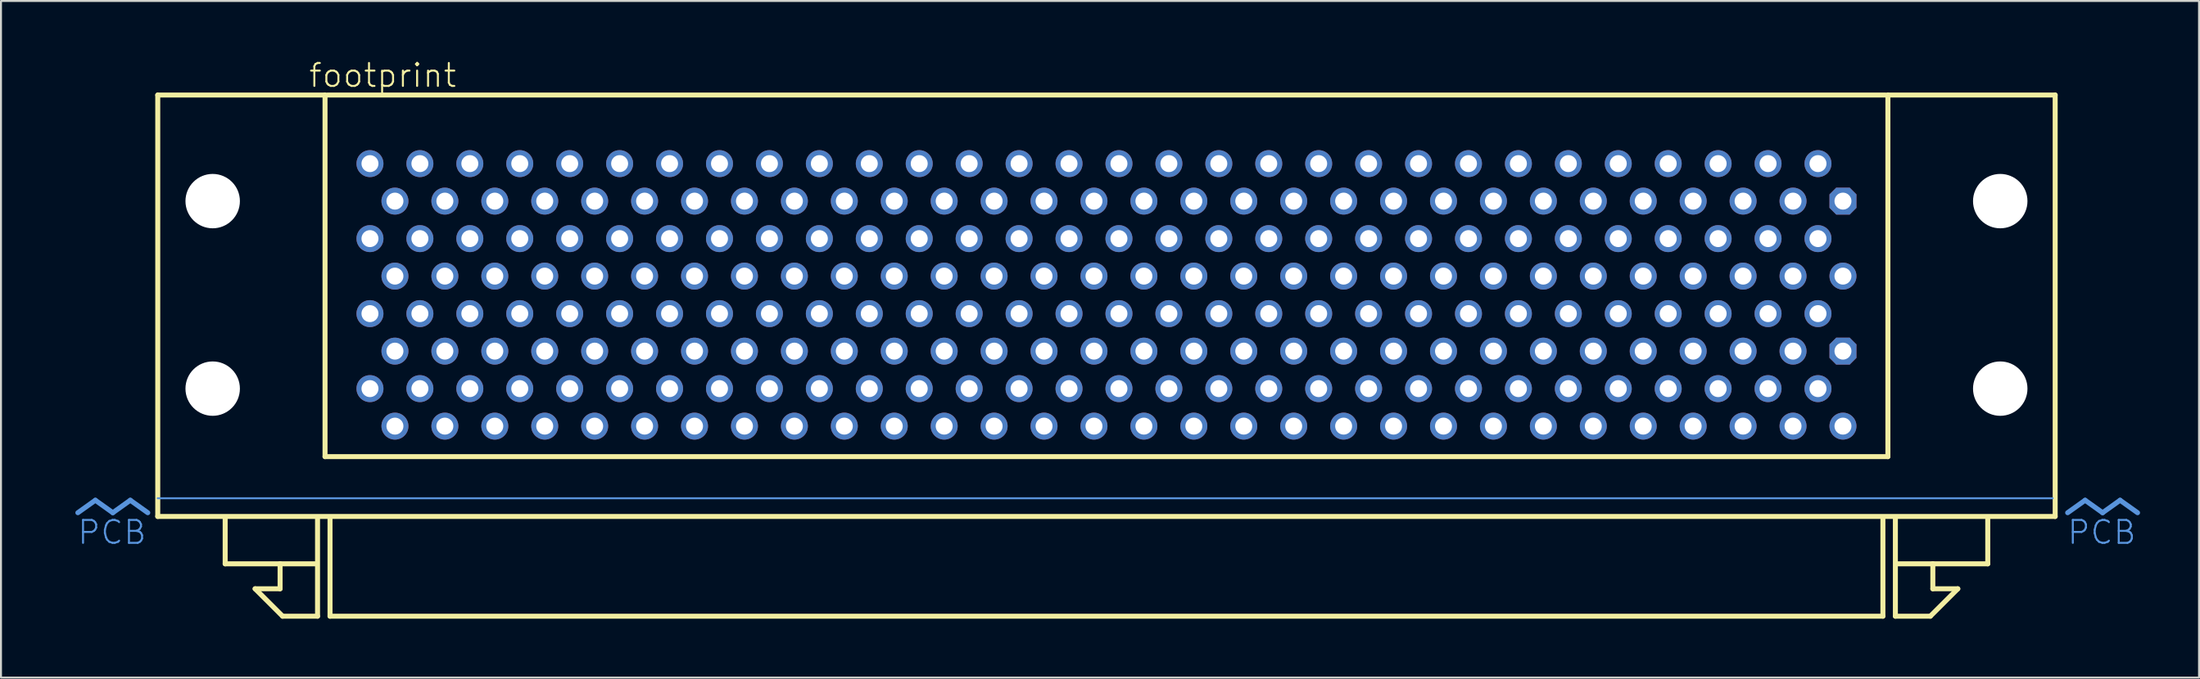
<source format=kicad_pcb>
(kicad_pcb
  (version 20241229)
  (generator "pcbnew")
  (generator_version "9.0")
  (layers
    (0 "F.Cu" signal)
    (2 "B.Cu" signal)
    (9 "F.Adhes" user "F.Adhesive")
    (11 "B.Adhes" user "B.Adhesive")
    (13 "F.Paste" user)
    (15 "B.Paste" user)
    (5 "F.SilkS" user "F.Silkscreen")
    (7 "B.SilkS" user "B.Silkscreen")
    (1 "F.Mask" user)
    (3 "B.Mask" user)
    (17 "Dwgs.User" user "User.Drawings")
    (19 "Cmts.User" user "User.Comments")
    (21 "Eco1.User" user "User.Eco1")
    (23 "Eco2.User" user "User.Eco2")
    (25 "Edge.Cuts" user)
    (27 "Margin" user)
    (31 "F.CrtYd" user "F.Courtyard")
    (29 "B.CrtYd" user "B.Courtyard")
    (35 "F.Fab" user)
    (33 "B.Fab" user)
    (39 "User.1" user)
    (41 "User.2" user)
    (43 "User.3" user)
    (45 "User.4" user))
  (footprint "footprint"
    (layer "F.Cu")
    (at 53.235 21.793)
    (property "Reference" "footprint" (at -40.64 -20.32 0) (layer "F.SilkS") (effects (font (size 1.168 1.168) (thickness 0.102)) (justify left bottom)))
    (fp_line (start -48.26 -20.003) (end -39.751 -20.003) (stroke (width 0.254) (type solid)) (layer "F.SilkS"))
    (fp_line (start -48.26 1.46) (end -48.26 -20.003) (stroke (width 0.254) (type solid)) (layer "F.SilkS"))
    (fp_line (start -44.831 3.873) (end -44.831 1.587) (stroke (width 0.254) (type solid)) (layer "F.SilkS"))
    (fp_line (start -43.307 5.144) (end -42.037 5.144) (stroke (width 0.254) (type solid)) (layer "F.SilkS"))
    (fp_line (start -42.037 3.873) (end -44.831 3.873) (stroke (width 0.254) (type solid)) (layer "F.SilkS"))
    (fp_line (start -42.037 3.873) (end -40.259 3.873) (stroke (width 0.254) (type solid)) (layer "F.SilkS"))
    (fp_line (start -42.037 5.144) (end -42.037 3.873) (stroke (width 0.254) (type solid)) (layer "F.SilkS"))
    (fp_line (start -41.91 6.54) (end -43.307 5.144) (stroke (width 0.254) (type solid)) (layer "F.SilkS"))
    (fp_line (start -40.132 1.587) (end -40.132 6.54) (stroke (width 0.254) (type solid)) (layer "F.SilkS"))
    (fp_line (start -40.132 6.54) (end -41.91 6.54) (stroke (width 0.254) (type solid)) (layer "F.SilkS"))
    (fp_line (start -39.751 -20.003) (end -39.751 -1.587) (stroke (width 0.254) (type solid)) (layer "F.SilkS"))
    (fp_line (start -39.751 -1.587) (end 39.751 -1.587) (stroke (width 0.254) (type solid)) (layer "F.SilkS"))
    (fp_line (start -39.624 -20.003) (end 39.624 -20.003) (stroke (width 0.254) (type solid)) (layer "F.SilkS"))
    (fp_line (start -39.497 6.54) (end -39.497 1.587) (stroke (width 0.254) (type solid)) (layer "F.SilkS"))
    (fp_line (start 39.497 1.587) (end 39.497 6.54) (stroke (width 0.254) (type solid)) (layer "F.SilkS"))
    (fp_line (start 39.497 6.54) (end -39.497 6.54) (stroke (width 0.254) (type solid)) (layer "F.SilkS"))
    (fp_line (start 39.751 -20.003) (end 48.26 -20.003) (stroke (width 0.254) (type solid)) (layer "F.SilkS"))
    (fp_line (start 39.751 -1.587) (end 39.751 -20.003) (stroke (width 0.254) (type solid)) (layer "F.SilkS"))
    (fp_line (start 40.132 1.587) (end 40.132 6.54) (stroke (width 0.254) (type solid)) (layer "F.SilkS"))
    (fp_line (start 40.132 6.54) (end 41.91 6.54) (stroke (width 0.254) (type solid)) (layer "F.SilkS"))
    (fp_line (start 41.91 6.54) (end 43.307 5.144) (stroke (width 0.254) (type solid)) (layer "F.SilkS"))
    (fp_line (start 42.037 3.873) (end 40.259 3.873) (stroke (width 0.254) (type solid)) (layer "F.SilkS"))
    (fp_line (start 42.037 3.873) (end 44.831 3.873) (stroke (width 0.254) (type solid)) (layer "F.SilkS"))
    (fp_line (start 42.037 5.144) (end 42.037 3.873) (stroke (width 0.254) (type solid)) (layer "F.SilkS"))
    (fp_line (start 43.307 5.144) (end 42.037 5.144) (stroke (width 0.254) (type solid)) (layer "F.SilkS"))
    (fp_line (start 44.831 3.873) (end 44.831 1.587) (stroke (width 0.254) (type solid)) (layer "F.SilkS"))
    (fp_line (start 48.26 -20.003) (end 48.26 1.46) (stroke (width 0.254) (type solid)) (layer "F.SilkS"))
    (fp_line (start 48.26 1.46) (end -48.26 1.46) (stroke (width 0.254) (type solid)) (layer "F.SilkS"))
    (fp_line (start -51.435 0.635) (end -52.324 1.27) (stroke (width 0.254) (type solid)) (layer "Cmts.User"))
    (fp_line (start -51.435 0.635) (end -50.546 1.27) (stroke (width 0.254) (type solid)) (layer "Cmts.User"))
    (fp_line (start -49.657 0.635) (end -50.546 1.27) (stroke (width 0.254) (type solid)) (layer "Cmts.User"))
    (fp_line (start -49.657 0.635) (end -48.768 1.27) (stroke (width 0.254) (type solid)) (layer "Cmts.User"))
    (fp_line (start -48.26 0.533) (end 48.133 0.533) (stroke (width 0.1) (type solid)) (layer "Cmts.User"))
    (fp_line (start 49.784 0.635) (end 48.895 1.27) (stroke (width 0.254) (type solid)) (layer "Cmts.User"))
    (fp_line (start 49.784 0.635) (end 50.673 1.27) (stroke (width 0.254) (type solid)) (layer "Cmts.User"))
    (fp_line (start 51.562 0.635) (end 50.673 1.27) (stroke (width 0.254) (type solid)) (layer "Cmts.User"))
    (fp_line (start 51.562 0.635) (end 52.451 1.27) (stroke (width 0.254) (type solid)) (layer "Cmts.User"))
    (fp_text user "PCB" (at 52.451 1.587 0) (layer "Cmts.User") (effects (font (size 1.168 1.168) (thickness 0.102)) (justify right top)))
    (fp_text user " PCB" (at -48.768 1.587 0) (layer "Cmts.User") (effects (font (size 1.168 1.168) (thickness 0.102)) (justify right top)))
    (pad "" np_thru_hole circle (at -45.466 -14.6) (size 2.769 2.769) (drill 2.769) (layers "*.Cu" "*.Mask"))
    (pad "" np_thru_hole circle (at -45.466 -5.05) (size 2.769 2.769) (drill 2.769) (layers "*.Cu" "*.Mask"))
    (pad "" np_thru_hole circle (at 45.466 -14.6) (size 2.769 2.769) (drill 2.769) (layers "*.Cu" "*.Mask"))
    (pad "" np_thru_hole circle (at 45.466 -5.05) (size 2.769 2.769) (drill 2.769) (layers "*.Cu" "*.Mask"))
    (pad "1-1" thru_hole roundrect (at 37.465 -6.96) (size 1.372 1.372) (drill 0.864) (layers "*.Cu" "*.Mask") (roundrect_rratio 0.25) (chamfer_ratio 0.25) (chamfer top_left top_right bottom_left bottom_right))
    (pad "1-2" thru_hole circle (at 36.195 -8.87) (size 1.372 1.372) (drill 0.864) (layers "*.Cu" "*.Mask"))
    (pad "1-3" thru_hole circle (at 34.925 -6.96) (size 1.372 1.372) (drill 0.864) (layers "*.Cu" "*.Mask"))
    (pad "1-4" thru_hole circle (at 33.655 -8.87) (size 1.372 1.372) (drill 0.864) (layers "*.Cu" "*.Mask"))
    (pad "1-5" thru_hole circle (at 32.385 -6.96) (size 1.372 1.372) (drill 0.864) (layers "*.Cu" "*.Mask"))
    (pad "1-6" thru_hole circle (at 31.115 -8.87) (size 1.372 1.372) (drill 0.864) (layers "*.Cu" "*.Mask"))
    (pad "1-7" thru_hole circle (at 29.845 -6.96) (size 1.372 1.372) (drill 0.864) (layers "*.Cu" "*.Mask"))
    (pad "1-8" thru_hole circle (at 28.575 -8.87) (size 1.372 1.372) (drill 0.864) (layers "*.Cu" "*.Mask"))
    (pad "1-9" thru_hole circle (at 27.305 -6.96) (size 1.372 1.372) (drill 0.864) (layers "*.Cu" "*.Mask"))
    (pad "1-10" thru_hole circle (at 26.035 -8.87) (size 1.372 1.372) (drill 0.864) (layers "*.Cu" "*.Mask"))
    (pad "1-11" thru_hole circle (at 24.765 -6.96) (size 1.372 1.372) (drill 0.864) (layers "*.Cu" "*.Mask"))
    (pad "1-12" thru_hole circle (at 23.495 -8.87) (size 1.372 1.372) (drill 0.864) (layers "*.Cu" "*.Mask"))
    (pad "1-13" thru_hole circle (at 22.225 -6.96) (size 1.372 1.372) (drill 0.864) (layers "*.Cu" "*.Mask"))
    (pad "1-14" thru_hole circle (at 20.955 -8.87) (size 1.372 1.372) (drill 0.864) (layers "*.Cu" "*.Mask"))
    (pad "1-15" thru_hole circle (at 19.685 -6.96) (size 1.372 1.372) (drill 0.864) (layers "*.Cu" "*.Mask"))
    (pad "1-16" thru_hole circle (at 18.415 -8.87) (size 1.372 1.372) (drill 0.864) (layers "*.Cu" "*.Mask"))
    (pad "1-17" thru_hole circle (at 17.145 -6.96) (size 1.372 1.372) (drill 0.864) (layers "*.Cu" "*.Mask"))
    (pad "1-18" thru_hole circle (at 15.875 -8.87) (size 1.372 1.372) (drill 0.864) (layers "*.Cu" "*.Mask"))
    (pad "1-19" thru_hole circle (at 14.605 -6.96) (size 1.372 1.372) (drill 0.864) (layers "*.Cu" "*.Mask"))
    (pad "1-20" thru_hole circle (at 13.335 -8.87) (size 1.372 1.372) (drill 0.864) (layers "*.Cu" "*.Mask"))
    (pad "1-21" thru_hole circle (at 12.065 -6.96) (size 1.372 1.372) (drill 0.864) (layers "*.Cu" "*.Mask"))
    (pad "1-22" thru_hole circle (at 10.795 -8.87) (size 1.372 1.372) (drill 0.864) (layers "*.Cu" "*.Mask"))
    (pad "1-23" thru_hole circle (at 9.525 -6.96) (size 1.372 1.372) (drill 0.864) (layers "*.Cu" "*.Mask"))
    (pad "1-24" thru_hole circle (at 8.255 -8.87) (size 1.372 1.372) (drill 0.864) (layers "*.Cu" "*.Mask"))
    (pad "1-25" thru_hole circle (at 6.985 -6.96) (size 1.372 1.372) (drill 0.864) (layers "*.Cu" "*.Mask"))
    (pad "1-26" thru_hole circle (at 5.715 -8.87) (size 1.372 1.372) (drill 0.864) (layers "*.Cu" "*.Mask"))
    (pad "1-27" thru_hole circle (at 4.445 -6.96) (size 1.372 1.372) (drill 0.864) (layers "*.Cu" "*.Mask"))
    (pad "1-28" thru_hole circle (at 3.175 -8.87) (size 1.372 1.372) (drill 0.864) (layers "*.Cu" "*.Mask"))
    (pad "1-29" thru_hole circle (at 1.905 -6.96) (size 1.372 1.372) (drill 0.864) (layers "*.Cu" "*.Mask"))
    (pad "1-30" thru_hole circle (at 0.635 -8.87) (size 1.372 1.372) (drill 0.864) (layers "*.Cu" "*.Mask"))
    (pad "1-31" thru_hole circle (at -0.635 -6.96) (size 1.372 1.372) (drill 0.864) (layers "*.Cu" "*.Mask"))
    (pad "1-32" thru_hole circle (at -1.905 -8.87) (size 1.372 1.372) (drill 0.864) (layers "*.Cu" "*.Mask"))
    (pad "1-33" thru_hole circle (at -3.175 -6.96) (size 1.372 1.372) (drill 0.864) (layers "*.Cu" "*.Mask"))
    (pad "1-34" thru_hole circle (at -4.445 -8.87) (size 1.372 1.372) (drill 0.864) (layers "*.Cu" "*.Mask"))
    (pad "1-35" thru_hole circle (at -5.715 -6.96) (size 1.372 1.372) (drill 0.864) (layers "*.Cu" "*.Mask"))
    (pad "1-36" thru_hole circle (at -6.985 -8.87) (size 1.372 1.372) (drill 0.864) (layers "*.Cu" "*.Mask"))
    (pad "1-37" thru_hole circle (at -8.255 -6.96) (size 1.372 1.372) (drill 0.864) (layers "*.Cu" "*.Mask"))
    (pad "1-38" thru_hole circle (at -9.525 -8.87) (size 1.372 1.372) (drill 0.864) (layers "*.Cu" "*.Mask"))
    (pad "1-39" thru_hole circle (at -10.795 -6.96) (size 1.372 1.372) (drill 0.864) (layers "*.Cu" "*.Mask"))
    (pad "1-40" thru_hole circle (at -12.065 -8.87) (size 1.372 1.372) (drill 0.864) (layers "*.Cu" "*.Mask"))
    (pad "1-41" thru_hole circle (at -13.335 -6.96) (size 1.372 1.372) (drill 0.864) (layers "*.Cu" "*.Mask"))
    (pad "1-42" thru_hole circle (at -14.605 -8.87) (size 1.372 1.372) (drill 0.864) (layers "*.Cu" "*.Mask"))
    (pad "1-43" thru_hole circle (at -15.875 -6.96) (size 1.372 1.372) (drill 0.864) (layers "*.Cu" "*.Mask"))
    (pad "1-44" thru_hole circle (at -17.145 -8.87) (size 1.372 1.372) (drill 0.864) (layers "*.Cu" "*.Mask"))
    (pad "1-45" thru_hole circle (at -18.415 -6.96) (size 1.372 1.372) (drill 0.864) (layers "*.Cu" "*.Mask"))
    (pad "1-46" thru_hole circle (at -19.685 -8.87) (size 1.372 1.372) (drill 0.864) (layers "*.Cu" "*.Mask"))
    (pad "1-47" thru_hole circle (at -20.955 -6.96) (size 1.372 1.372) (drill 0.864) (layers "*.Cu" "*.Mask"))
    (pad "1-48" thru_hole circle (at -22.225 -8.87) (size 1.372 1.372) (drill 0.864) (layers "*.Cu" "*.Mask"))
    (pad "1-49" thru_hole circle (at -23.495 -6.96) (size 1.372 1.372) (drill 0.864) (layers "*.Cu" "*.Mask"))
    (pad "1-50" thru_hole circle (at -24.765 -8.87) (size 1.372 1.372) (drill 0.864) (layers "*.Cu" "*.Mask"))
    (pad "1-51" thru_hole circle (at -26.035 -6.96) (size 1.372 1.372) (drill 0.864) (layers "*.Cu" "*.Mask"))
    (pad "1-52" thru_hole circle (at -27.305 -8.87) (size 1.372 1.372) (drill 0.864) (layers "*.Cu" "*.Mask"))
    (pad "1-53" thru_hole circle (at -28.575 -6.96) (size 1.372 1.372) (drill 0.864) (layers "*.Cu" "*.Mask"))
    (pad "1-54" thru_hole circle (at -29.845 -8.87) (size 1.372 1.372) (drill 0.864) (layers "*.Cu" "*.Mask"))
    (pad "1-55" thru_hole circle (at -31.115 -6.96) (size 1.372 1.372) (drill 0.864) (layers "*.Cu" "*.Mask"))
    (pad "1-56" thru_hole circle (at -32.385 -8.87) (size 1.372 1.372) (drill 0.864) (layers "*.Cu" "*.Mask"))
    (pad "1-57" thru_hole circle (at -33.655 -6.96) (size 1.372 1.372) (drill 0.864) (layers "*.Cu" "*.Mask"))
    (pad "1-58" thru_hole circle (at -34.925 -8.87) (size 1.372 1.372) (drill 0.864) (layers "*.Cu" "*.Mask"))
    (pad "1-59" thru_hole circle (at -36.195 -6.96) (size 1.372 1.372) (drill 0.864) (layers "*.Cu" "*.Mask"))
    (pad "1-60" thru_hole circle (at -37.465 -8.87) (size 1.372 1.372) (drill 0.864) (layers "*.Cu" "*.Mask"))
    (pad "1-61" thru_hole circle (at 37.465 -3.14) (size 1.372 1.372) (drill 0.864) (layers "*.Cu" "*.Mask"))
    (pad "1-62" thru_hole circle (at 36.195 -5.05) (size 1.372 1.372) (drill 0.864) (layers "*.Cu" "*.Mask"))
    (pad "1-63" thru_hole circle (at 34.925 -3.14) (size 1.372 1.372) (drill 0.864) (layers "*.Cu" "*.Mask"))
    (pad "1-64" thru_hole circle (at 33.655 -5.05) (size 1.372 1.372) (drill 0.864) (layers "*.Cu" "*.Mask"))
    (pad "1-65" thru_hole circle (at 32.385 -3.14) (size 1.372 1.372) (drill 0.864) (layers "*.Cu" "*.Mask"))
    (pad "1-66" thru_hole circle (at 31.115 -5.05) (size 1.372 1.372) (drill 0.864) (layers "*.Cu" "*.Mask"))
    (pad "1-67" thru_hole circle (at 29.845 -3.14) (size 1.372 1.372) (drill 0.864) (layers "*.Cu" "*.Mask"))
    (pad "1-68" thru_hole circle (at 28.575 -5.05) (size 1.372 1.372) (drill 0.864) (layers "*.Cu" "*.Mask"))
    (pad "1-69" thru_hole circle (at 27.305 -3.14) (size 1.372 1.372) (drill 0.864) (layers "*.Cu" "*.Mask"))
    (pad "1-70" thru_hole circle (at 26.035 -5.05) (size 1.372 1.372) (drill 0.864) (layers "*.Cu" "*.Mask"))
    (pad "1-71" thru_hole circle (at 24.765 -3.14) (size 1.372 1.372) (drill 0.864) (layers "*.Cu" "*.Mask"))
    (pad "1-72" thru_hole circle (at 23.495 -5.05) (size 1.372 1.372) (drill 0.864) (layers "*.Cu" "*.Mask"))
    (pad "1-73" thru_hole circle (at 22.225 -3.14) (size 1.372 1.372) (drill 0.864) (layers "*.Cu" "*.Mask"))
    (pad "1-74" thru_hole circle (at 20.955 -5.05) (size 1.372 1.372) (drill 0.864) (layers "*.Cu" "*.Mask"))
    (pad "1-75" thru_hole circle (at 19.685 -3.14) (size 1.372 1.372) (drill 0.864) (layers "*.Cu" "*.Mask"))
    (pad "1-76" thru_hole circle (at 18.415 -5.05) (size 1.372 1.372) (drill 0.864) (layers "*.Cu" "*.Mask"))
    (pad "1-77" thru_hole circle (at 17.145 -3.14) (size 1.372 1.372) (drill 0.864) (layers "*.Cu" "*.Mask"))
    (pad "1-78" thru_hole circle (at 15.875 -5.05) (size 1.372 1.372) (drill 0.864) (layers "*.Cu" "*.Mask"))
    (pad "1-79" thru_hole circle (at 14.605 -3.14) (size 1.372 1.372) (drill 0.864) (layers "*.Cu" "*.Mask"))
    (pad "1-80" thru_hole circle (at 13.335 -5.05) (size 1.372 1.372) (drill 0.864) (layers "*.Cu" "*.Mask"))
    (pad "1-81" thru_hole circle (at 12.065 -3.14) (size 1.372 1.372) (drill 0.864) (layers "*.Cu" "*.Mask"))
    (pad "1-82" thru_hole circle (at 10.795 -5.05) (size 1.372 1.372) (drill 0.864) (layers "*.Cu" "*.Mask"))
    (pad "1-83" thru_hole circle (at 9.525 -3.14) (size 1.372 1.372) (drill 0.864) (layers "*.Cu" "*.Mask"))
    (pad "1-84" thru_hole circle (at 8.255 -5.05) (size 1.372 1.372) (drill 0.864) (layers "*.Cu" "*.Mask"))
    (pad "1-85" thru_hole circle (at 6.985 -3.14) (size 1.372 1.372) (drill 0.864) (layers "*.Cu" "*.Mask"))
    (pad "1-86" thru_hole circle (at 5.715 -5.05) (size 1.372 1.372) (drill 0.864) (layers "*.Cu" "*.Mask"))
    (pad "1-87" thru_hole circle (at 4.445 -3.14) (size 1.372 1.372) (drill 0.864) (layers "*.Cu" "*.Mask"))
    (pad "1-88" thru_hole circle (at 3.175 -5.05) (size 1.372 1.372) (drill 0.864) (layers "*.Cu" "*.Mask"))
    (pad "1-89" thru_hole circle (at 1.905 -3.14) (size 1.372 1.372) (drill 0.864) (layers "*.Cu" "*.Mask"))
    (pad "1-90" thru_hole circle (at 0.635 -5.05) (size 1.372 1.372) (drill 0.864) (layers "*.Cu" "*.Mask"))
    (pad "1-91" thru_hole circle (at -0.635 -3.14) (size 1.372 1.372) (drill 0.864) (layers "*.Cu" "*.Mask"))
    (pad "1-92" thru_hole circle (at -1.905 -5.05) (size 1.372 1.372) (drill 0.864) (layers "*.Cu" "*.Mask"))
    (pad "1-93" thru_hole circle (at -3.175 -3.14) (size 1.372 1.372) (drill 0.864) (layers "*.Cu" "*.Mask"))
    (pad "1-94" thru_hole circle (at -4.445 -5.05) (size 1.372 1.372) (drill 0.864) (layers "*.Cu" "*.Mask"))
    (pad "1-95" thru_hole circle (at -5.715 -3.14) (size 1.372 1.372) (drill 0.864) (layers "*.Cu" "*.Mask"))
    (pad "1-96" thru_hole circle (at -6.985 -5.05) (size 1.372 1.372) (drill 0.864) (layers "*.Cu" "*.Mask"))
    (pad "1-97" thru_hole circle (at -8.255 -3.14) (size 1.372 1.372) (drill 0.864) (layers "*.Cu" "*.Mask"))
    (pad "1-98" thru_hole circle (at -9.525 -5.05) (size 1.372 1.372) (drill 0.864) (layers "*.Cu" "*.Mask"))
    (pad "1-99" thru_hole circle (at -10.795 -3.14) (size 1.372 1.372) (drill 0.864) (layers "*.Cu" "*.Mask"))
    (pad "1-100" thru_hole circle (at -12.065 -5.05) (size 1.372 1.372) (drill 0.864) (layers "*.Cu" "*.Mask"))
    (pad "1-101" thru_hole circle (at -13.335 -3.14) (size 1.372 1.372) (drill 0.864) (layers "*.Cu" "*.Mask"))
    (pad "1-102" thru_hole circle (at -14.605 -5.05) (size 1.372 1.372) (drill 0.864) (layers "*.Cu" "*.Mask"))
    (pad "1-103" thru_hole circle (at -15.875 -3.14) (size 1.372 1.372) (drill 0.864) (layers "*.Cu" "*.Mask"))
    (pad "1-104" thru_hole circle (at -17.145 -5.05) (size 1.372 1.372) (drill 0.864) (layers "*.Cu" "*.Mask"))
    (pad "1-105" thru_hole circle (at -18.415 -3.14) (size 1.372 1.372) (drill 0.864) (layers "*.Cu" "*.Mask"))
    (pad "1-106" thru_hole circle (at -19.685 -5.05) (size 1.372 1.372) (drill 0.864) (layers "*.Cu" "*.Mask"))
    (pad "1-107" thru_hole circle (at -20.955 -3.14) (size 1.372 1.372) (drill 0.864) (layers "*.Cu" "*.Mask"))
    (pad "1-108" thru_hole circle (at -22.225 -5.05) (size 1.372 1.372) (drill 0.864) (layers "*.Cu" "*.Mask"))
    (pad "1-109" thru_hole circle (at -23.495 -3.14) (size 1.372 1.372) (drill 0.864) (layers "*.Cu" "*.Mask"))
    (pad "1-110" thru_hole circle (at -24.765 -5.05) (size 1.372 1.372) (drill 0.864) (layers "*.Cu" "*.Mask"))
    (pad "1-111" thru_hole circle (at -26.035 -3.14) (size 1.372 1.372) (drill 0.864) (layers "*.Cu" "*.Mask"))
    (pad "1-112" thru_hole circle (at -27.305 -5.05) (size 1.372 1.372) (drill 0.864) (layers "*.Cu" "*.Mask"))
    (pad "1-113" thru_hole circle (at -28.575 -3.14) (size 1.372 1.372) (drill 0.864) (layers "*.Cu" "*.Mask"))
    (pad "1-114" thru_hole circle (at -29.845 -5.05) (size 1.372 1.372) (drill 0.864) (layers "*.Cu" "*.Mask"))
    (pad "1-115" thru_hole circle (at -31.115 -3.14) (size 1.372 1.372) (drill 0.864) (layers "*.Cu" "*.Mask"))
    (pad "1-116" thru_hole circle (at -32.385 -5.05) (size 1.372 1.372) (drill 0.864) (layers "*.Cu" "*.Mask"))
    (pad "1-117" thru_hole circle (at -33.655 -3.14) (size 1.372 1.372) (drill 0.864) (layers "*.Cu" "*.Mask"))
    (pad "1-118" thru_hole circle (at -34.925 -5.05) (size 1.372 1.372) (drill 0.864) (layers "*.Cu" "*.Mask"))
    (pad "1-119" thru_hole circle (at -36.195 -3.14) (size 1.372 1.372) (drill 0.864) (layers "*.Cu" "*.Mask"))
    (pad "1-120" thru_hole circle (at -37.465 -5.05) (size 1.372 1.372) (drill 0.864) (layers "*.Cu" "*.Mask"))
    (pad "2-1" thru_hole roundrect (at 37.465 -14.6) (size 1.372 1.372) (drill 0.864) (layers "*.Cu" "*.Mask") (roundrect_rratio 0.25) (chamfer_ratio 0.25) (chamfer top_left top_right bottom_left bottom_right))
    (pad "2-2" thru_hole circle (at 36.195 -16.51) (size 1.372 1.372) (drill 0.864) (layers "*.Cu" "*.Mask"))
    (pad "2-3" thru_hole circle (at 34.925 -14.6) (size 1.372 1.372) (drill 0.864) (layers "*.Cu" "*.Mask"))
    (pad "2-4" thru_hole circle (at 33.655 -16.51) (size 1.372 1.372) (drill 0.864) (layers "*.Cu" "*.Mask"))
    (pad "2-5" thru_hole circle (at 32.385 -14.6) (size 1.372 1.372) (drill 0.864) (layers "*.Cu" "*.Mask"))
    (pad "2-6" thru_hole circle (at 31.115 -16.51) (size 1.372 1.372) (drill 0.864) (layers "*.Cu" "*.Mask"))
    (pad "2-7" thru_hole circle (at 29.845 -14.6) (size 1.372 1.372) (drill 0.864) (layers "*.Cu" "*.Mask"))
    (pad "2-8" thru_hole circle (at 28.575 -16.51) (size 1.372 1.372) (drill 0.864) (layers "*.Cu" "*.Mask"))
    (pad "2-9" thru_hole circle (at 27.305 -14.6) (size 1.372 1.372) (drill 0.864) (layers "*.Cu" "*.Mask"))
    (pad "2-10" thru_hole circle (at 26.035 -16.51) (size 1.372 1.372) (drill 0.864) (layers "*.Cu" "*.Mask"))
    (pad "2-11" thru_hole circle (at 24.765 -14.6) (size 1.372 1.372) (drill 0.864) (layers "*.Cu" "*.Mask"))
    (pad "2-12" thru_hole circle (at 23.495 -16.51) (size 1.372 1.372) (drill 0.864) (layers "*.Cu" "*.Mask"))
    (pad "2-13" thru_hole circle (at 22.225 -14.6) (size 1.372 1.372) (drill 0.864) (layers "*.Cu" "*.Mask"))
    (pad "2-14" thru_hole circle (at 20.955 -16.51) (size 1.372 1.372) (drill 0.864) (layers "*.Cu" "*.Mask"))
    (pad "2-15" thru_hole circle (at 19.685 -14.6) (size 1.372 1.372) (drill 0.864) (layers "*.Cu" "*.Mask"))
    (pad "2-16" thru_hole circle (at 18.415 -16.51) (size 1.372 1.372) (drill 0.864) (layers "*.Cu" "*.Mask"))
    (pad "2-17" thru_hole circle (at 17.145 -14.6) (size 1.372 1.372) (drill 0.864) (layers "*.Cu" "*.Mask"))
    (pad "2-18" thru_hole circle (at 15.875 -16.51) (size 1.372 1.372) (drill 0.864) (layers "*.Cu" "*.Mask"))
    (pad "2-19" thru_hole circle (at 14.605 -14.6) (size 1.372 1.372) (drill 0.864) (layers "*.Cu" "*.Mask"))
    (pad "2-20" thru_hole circle (at 13.335 -16.51) (size 1.372 1.372) (drill 0.864) (layers "*.Cu" "*.Mask"))
    (pad "2-21" thru_hole circle (at 12.065 -14.6) (size 1.372 1.372) (drill 0.864) (layers "*.Cu" "*.Mask"))
    (pad "2-22" thru_hole circle (at 10.795 -16.51) (size 1.372 1.372) (drill 0.864) (layers "*.Cu" "*.Mask"))
    (pad "2-23" thru_hole circle (at 9.525 -14.6) (size 1.372 1.372) (drill 0.864) (layers "*.Cu" "*.Mask"))
    (pad "2-24" thru_hole circle (at 8.255 -16.51) (size 1.372 1.372) (drill 0.864) (layers "*.Cu" "*.Mask"))
    (pad "2-25" thru_hole circle (at 6.985 -14.6) (size 1.372 1.372) (drill 0.864) (layers "*.Cu" "*.Mask"))
    (pad "2-26" thru_hole circle (at 5.715 -16.51) (size 1.372 1.372) (drill 0.864) (layers "*.Cu" "*.Mask"))
    (pad "2-27" thru_hole circle (at 4.445 -14.6) (size 1.372 1.372) (drill 0.864) (layers "*.Cu" "*.Mask"))
    (pad "2-28" thru_hole circle (at 3.175 -16.51) (size 1.372 1.372) (drill 0.864) (layers "*.Cu" "*.Mask"))
    (pad "2-29" thru_hole circle (at 1.905 -14.6) (size 1.372 1.372) (drill 0.864) (layers "*.Cu" "*.Mask"))
    (pad "2-30" thru_hole circle (at 0.635 -16.51) (size 1.372 1.372) (drill 0.864) (layers "*.Cu" "*.Mask"))
    (pad "2-31" thru_hole circle (at -0.635 -14.6) (size 1.372 1.372) (drill 0.864) (layers "*.Cu" "*.Mask"))
    (pad "2-32" thru_hole circle (at -1.905 -16.51) (size 1.372 1.372) (drill 0.864) (layers "*.Cu" "*.Mask"))
    (pad "2-33" thru_hole circle (at -3.175 -14.6) (size 1.372 1.372) (drill 0.864) (layers "*.Cu" "*.Mask"))
    (pad "2-34" thru_hole circle (at -4.445 -16.51) (size 1.372 1.372) (drill 0.864) (layers "*.Cu" "*.Mask"))
    (pad "2-35" thru_hole circle (at -5.715 -14.6) (size 1.372 1.372) (drill 0.864) (layers "*.Cu" "*.Mask"))
    (pad "2-36" thru_hole circle (at -6.985 -16.51) (size 1.372 1.372) (drill 0.864) (layers "*.Cu" "*.Mask"))
    (pad "2-37" thru_hole circle (at -8.255 -14.6) (size 1.372 1.372) (drill 0.864) (layers "*.Cu" "*.Mask"))
    (pad "2-38" thru_hole circle (at -9.525 -16.51) (size 1.372 1.372) (drill 0.864) (layers "*.Cu" "*.Mask"))
    (pad "2-39" thru_hole circle (at -10.795 -14.6) (size 1.372 1.372) (drill 0.864) (layers "*.Cu" "*.Mask"))
    (pad "2-40" thru_hole circle (at -12.065 -16.51) (size 1.372 1.372) (drill 0.864) (layers "*.Cu" "*.Mask"))
    (pad "2-41" thru_hole circle (at -13.335 -14.6) (size 1.372 1.372) (drill 0.864) (layers "*.Cu" "*.Mask"))
    (pad "2-42" thru_hole circle (at -14.605 -16.51) (size 1.372 1.372) (drill 0.864) (layers "*.Cu" "*.Mask"))
    (pad "2-43" thru_hole circle (at -15.875 -14.6) (size 1.372 1.372) (drill 0.864) (layers "*.Cu" "*.Mask"))
    (pad "2-44" thru_hole circle (at -17.145 -16.51) (size 1.372 1.372) (drill 0.864) (layers "*.Cu" "*.Mask"))
    (pad "2-45" thru_hole circle (at -18.415 -14.6) (size 1.372 1.372) (drill 0.864) (layers "*.Cu" "*.Mask"))
    (pad "2-46" thru_hole circle (at -19.685 -16.51) (size 1.372 1.372) (drill 0.864) (layers "*.Cu" "*.Mask"))
    (pad "2-47" thru_hole circle (at -20.955 -14.6) (size 1.372 1.372) (drill 0.864) (layers "*.Cu" "*.Mask"))
    (pad "2-48" thru_hole circle (at -22.225 -16.51) (size 1.372 1.372) (drill 0.864) (layers "*.Cu" "*.Mask"))
    (pad "2-49" thru_hole circle (at -23.495 -14.6) (size 1.372 1.372) (drill 0.864) (layers "*.Cu" "*.Mask"))
    (pad "2-50" thru_hole circle (at -24.765 -16.51) (size 1.372 1.372) (drill 0.864) (layers "*.Cu" "*.Mask"))
    (pad "2-51" thru_hole circle (at -26.035 -14.6) (size 1.372 1.372) (drill 0.864) (layers "*.Cu" "*.Mask"))
    (pad "2-52" thru_hole circle (at -27.305 -16.51) (size 1.372 1.372) (drill 0.864) (layers "*.Cu" "*.Mask"))
    (pad "2-53" thru_hole circle (at -28.575 -14.6) (size 1.372 1.372) (drill 0.864) (layers "*.Cu" "*.Mask"))
    (pad "2-54" thru_hole circle (at -29.845 -16.51) (size 1.372 1.372) (drill 0.864) (layers "*.Cu" "*.Mask"))
    (pad "2-55" thru_hole circle (at -31.115 -14.6) (size 1.372 1.372) (drill 0.864) (layers "*.Cu" "*.Mask"))
    (pad "2-56" thru_hole circle (at -32.385 -16.51) (size 1.372 1.372) (drill 0.864) (layers "*.Cu" "*.Mask"))
    (pad "2-57" thru_hole circle (at -33.655 -14.6) (size 1.372 1.372) (drill 0.864) (layers "*.Cu" "*.Mask"))
    (pad "2-58" thru_hole circle (at -34.925 -16.51) (size 1.372 1.372) (drill 0.864) (layers "*.Cu" "*.Mask"))
    (pad "2-59" thru_hole circle (at -36.195 -14.6) (size 1.372 1.372) (drill 0.864) (layers "*.Cu" "*.Mask"))
    (pad "2-60" thru_hole circle (at -37.465 -16.51) (size 1.372 1.372) (drill 0.864) (layers "*.Cu" "*.Mask"))
    (pad "2-61" thru_hole circle (at 37.465 -10.78) (size 1.372 1.372) (drill 0.864) (layers "*.Cu" "*.Mask"))
    (pad "2-62" thru_hole circle (at 36.195 -12.69) (size 1.372 1.372) (drill 0.864) (layers "*.Cu" "*.Mask"))
    (pad "2-63" thru_hole circle (at 34.925 -10.78) (size 1.372 1.372) (drill 0.864) (layers "*.Cu" "*.Mask"))
    (pad "2-64" thru_hole circle (at 33.655 -12.69) (size 1.372 1.372) (drill 0.864) (layers "*.Cu" "*.Mask"))
    (pad "2-65" thru_hole circle (at 32.385 -10.78) (size 1.372 1.372) (drill 0.864) (layers "*.Cu" "*.Mask"))
    (pad "2-66" thru_hole circle (at 31.115 -12.69) (size 1.372 1.372) (drill 0.864) (layers "*.Cu" "*.Mask"))
    (pad "2-67" thru_hole circle (at 29.845 -10.78) (size 1.372 1.372) (drill 0.864) (layers "*.Cu" "*.Mask"))
    (pad "2-68" thru_hole circle (at 28.575 -12.69) (size 1.372 1.372) (drill 0.864) (layers "*.Cu" "*.Mask"))
    (pad "2-69" thru_hole circle (at 27.305 -10.78) (size 1.372 1.372) (drill 0.864) (layers "*.Cu" "*.Mask"))
    (pad "2-70" thru_hole circle (at 26.035 -12.69) (size 1.372 1.372) (drill 0.864) (layers "*.Cu" "*.Mask"))
    (pad "2-71" thru_hole circle (at 24.765 -10.78) (size 1.372 1.372) (drill 0.864) (layers "*.Cu" "*.Mask"))
    (pad "2-72" thru_hole circle (at 23.495 -12.69) (size 1.372 1.372) (drill 0.864) (layers "*.Cu" "*.Mask"))
    (pad "2-73" thru_hole circle (at 22.225 -10.78) (size 1.372 1.372) (drill 0.864) (layers "*.Cu" "*.Mask"))
    (pad "2-74" thru_hole circle (at 20.955 -12.69) (size 1.372 1.372) (drill 0.864) (layers "*.Cu" "*.Mask"))
    (pad "2-75" thru_hole circle (at 19.685 -10.78) (size 1.372 1.372) (drill 0.864) (layers "*.Cu" "*.Mask"))
    (pad "2-76" thru_hole circle (at 18.415 -12.69) (size 1.372 1.372) (drill 0.864) (layers "*.Cu" "*.Mask"))
    (pad "2-77" thru_hole circle (at 17.145 -10.78) (size 1.372 1.372) (drill 0.864) (layers "*.Cu" "*.Mask"))
    (pad "2-78" thru_hole circle (at 15.875 -12.69) (size 1.372 1.372) (drill 0.864) (layers "*.Cu" "*.Mask"))
    (pad "2-79" thru_hole circle (at 14.605 -10.78) (size 1.372 1.372) (drill 0.864) (layers "*.Cu" "*.Mask"))
    (pad "2-80" thru_hole circle (at 13.335 -12.69) (size 1.372 1.372) (drill 0.864) (layers "*.Cu" "*.Mask"))
    (pad "2-81" thru_hole circle (at 12.065 -10.78) (size 1.372 1.372) (drill 0.864) (layers "*.Cu" "*.Mask"))
    (pad "2-82" thru_hole circle (at 10.795 -12.69) (size 1.372 1.372) (drill 0.864) (layers "*.Cu" "*.Mask"))
    (pad "2-83" thru_hole circle (at 9.525 -10.78) (size 1.372 1.372) (drill 0.864) (layers "*.Cu" "*.Mask"))
    (pad "2-84" thru_hole circle (at 8.255 -12.69) (size 1.372 1.372) (drill 0.864) (layers "*.Cu" "*.Mask"))
    (pad "2-85" thru_hole circle (at 6.985 -10.78) (size 1.372 1.372) (drill 0.864) (layers "*.Cu" "*.Mask"))
    (pad "2-86" thru_hole circle (at 5.715 -12.69) (size 1.372 1.372) (drill 0.864) (layers "*.Cu" "*.Mask"))
    (pad "2-87" thru_hole circle (at 4.445 -10.78) (size 1.372 1.372) (drill 0.864) (layers "*.Cu" "*.Mask"))
    (pad "2-88" thru_hole circle (at 3.175 -12.69) (size 1.372 1.372) (drill 0.864) (layers "*.Cu" "*.Mask"))
    (pad "2-89" thru_hole circle (at 1.905 -10.78) (size 1.372 1.372) (drill 0.864) (layers "*.Cu" "*.Mask"))
    (pad "2-90" thru_hole circle (at 0.635 -12.69) (size 1.372 1.372) (drill 0.864) (layers "*.Cu" "*.Mask"))
    (pad "2-91" thru_hole circle (at -0.635 -10.78) (size 1.372 1.372) (drill 0.864) (layers "*.Cu" "*.Mask"))
    (pad "2-92" thru_hole circle (at -1.905 -12.69) (size 1.372 1.372) (drill 0.864) (layers "*.Cu" "*.Mask"))
    (pad "2-93" thru_hole circle (at -3.175 -10.78) (size 1.372 1.372) (drill 0.864) (layers "*.Cu" "*.Mask"))
    (pad "2-94" thru_hole circle (at -4.445 -12.69) (size 1.372 1.372) (drill 0.864) (layers "*.Cu" "*.Mask"))
    (pad "2-95" thru_hole circle (at -5.715 -10.78) (size 1.372 1.372) (drill 0.864) (layers "*.Cu" "*.Mask"))
    (pad "2-96" thru_hole circle (at -6.985 -12.69) (size 1.372 1.372) (drill 0.864) (layers "*.Cu" "*.Mask"))
    (pad "2-97" thru_hole circle (at -8.255 -10.78) (size 1.372 1.372) (drill 0.864) (layers "*.Cu" "*.Mask"))
    (pad "2-98" thru_hole circle (at -9.525 -12.69) (size 1.372 1.372) (drill 0.864) (layers "*.Cu" "*.Mask"))
    (pad "2-99" thru_hole circle (at -10.795 -10.78) (size 1.372 1.372) (drill 0.864) (layers "*.Cu" "*.Mask"))
    (pad "2-100" thru_hole circle (at -12.065 -12.69) (size 1.372 1.372) (drill 0.864) (layers "*.Cu" "*.Mask"))
    (pad "2-101" thru_hole circle (at -13.335 -10.78) (size 1.372 1.372) (drill 0.864) (layers "*.Cu" "*.Mask"))
    (pad "2-102" thru_hole circle (at -14.605 -12.69) (size 1.372 1.372) (drill 0.864) (layers "*.Cu" "*.Mask"))
    (pad "2-103" thru_hole circle (at -15.875 -10.78) (size 1.372 1.372) (drill 0.864) (layers "*.Cu" "*.Mask"))
    (pad "2-104" thru_hole circle (at -17.145 -12.69) (size 1.372 1.372) (drill 0.864) (layers "*.Cu" "*.Mask"))
    (pad "2-105" thru_hole circle (at -18.415 -10.78) (size 1.372 1.372) (drill 0.864) (layers "*.Cu" "*.Mask"))
    (pad "2-106" thru_hole circle (at -19.685 -12.69) (size 1.372 1.372) (drill 0.864) (layers "*.Cu" "*.Mask"))
    (pad "2-107" thru_hole circle (at -20.955 -10.78) (size 1.372 1.372) (drill 0.864) (layers "*.Cu" "*.Mask"))
    (pad "2-108" thru_hole circle (at -22.225 -12.69) (size 1.372 1.372) (drill 0.864) (layers "*.Cu" "*.Mask"))
    (pad "2-109" thru_hole circle (at -23.495 -10.78) (size 1.372 1.372) (drill 0.864) (layers "*.Cu" "*.Mask"))
    (pad "2-110" thru_hole circle (at -24.765 -12.69) (size 1.372 1.372) (drill 0.864) (layers "*.Cu" "*.Mask"))
    (pad "2-111" thru_hole circle (at -26.035 -10.78) (size 1.372 1.372) (drill 0.864) (layers "*.Cu" "*.Mask"))
    (pad "2-112" thru_hole circle (at -27.305 -12.69) (size 1.372 1.372) (drill 0.864) (layers "*.Cu" "*.Mask"))
    (pad "2-113" thru_hole circle (at -28.575 -10.78) (size 1.372 1.372) (drill 0.864) (layers "*.Cu" "*.Mask"))
    (pad "2-114" thru_hole circle (at -29.845 -12.69) (size 1.372 1.372) (drill 0.864) (layers "*.Cu" "*.Mask"))
    (pad "2-115" thru_hole circle (at -31.115 -10.78) (size 1.372 1.372) (drill 0.864) (layers "*.Cu" "*.Mask"))
    (pad "2-116" thru_hole circle (at -32.385 -12.69) (size 1.372 1.372) (drill 0.864) (layers "*.Cu" "*.Mask"))
    (pad "2-117" thru_hole circle (at -33.655 -10.78) (size 1.372 1.372) (drill 0.864) (layers "*.Cu" "*.Mask"))
    (pad "2-118" thru_hole circle (at -34.925 -12.69) (size 1.372 1.372) (drill 0.864) (layers "*.Cu" "*.Mask"))
    (pad "2-119" thru_hole circle (at -36.195 -10.78) (size 1.372 1.372) (drill 0.864) (layers "*.Cu" "*.Mask"))
    (pad "2-120" thru_hole circle (at -37.465 -12.69) (size 1.372 1.372) (drill 0.864) (layers "*.Cu" "*.Mask")))
  (gr_rect
    (start -3 -3)
    (end 108.813 31.461)
    (stroke (width 0.1) (type default))
    (fill no)
    (layer "Edge.Cuts")))
</source>
